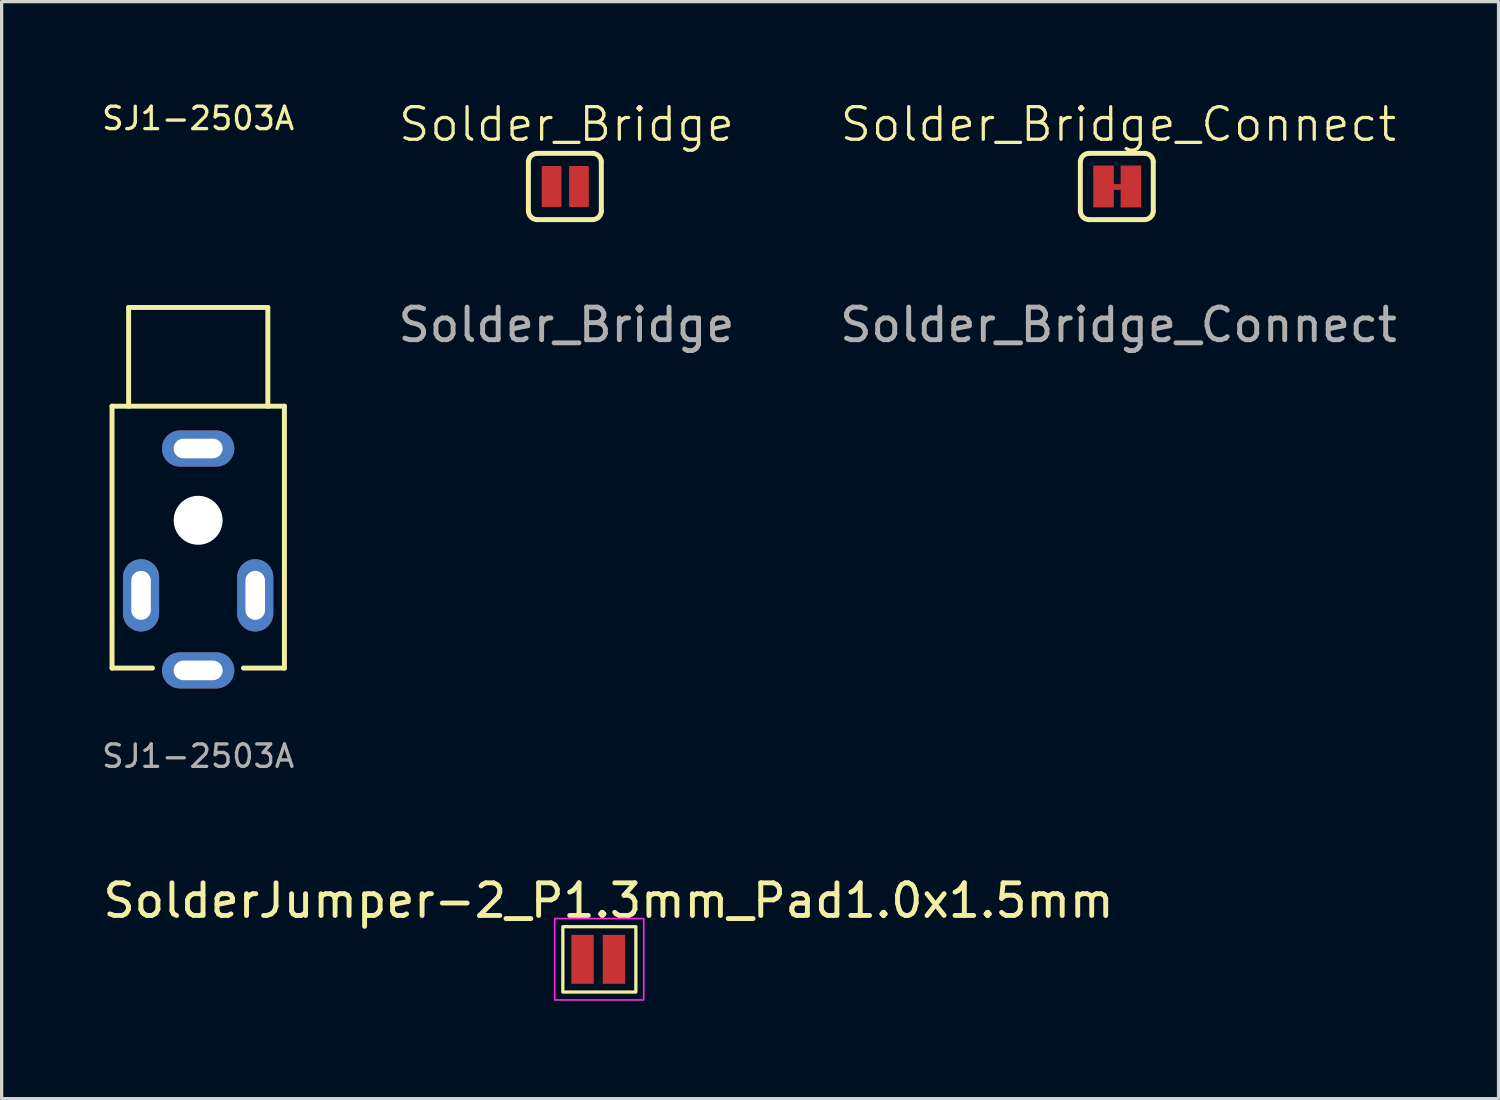
<source format=kicad_pcb>
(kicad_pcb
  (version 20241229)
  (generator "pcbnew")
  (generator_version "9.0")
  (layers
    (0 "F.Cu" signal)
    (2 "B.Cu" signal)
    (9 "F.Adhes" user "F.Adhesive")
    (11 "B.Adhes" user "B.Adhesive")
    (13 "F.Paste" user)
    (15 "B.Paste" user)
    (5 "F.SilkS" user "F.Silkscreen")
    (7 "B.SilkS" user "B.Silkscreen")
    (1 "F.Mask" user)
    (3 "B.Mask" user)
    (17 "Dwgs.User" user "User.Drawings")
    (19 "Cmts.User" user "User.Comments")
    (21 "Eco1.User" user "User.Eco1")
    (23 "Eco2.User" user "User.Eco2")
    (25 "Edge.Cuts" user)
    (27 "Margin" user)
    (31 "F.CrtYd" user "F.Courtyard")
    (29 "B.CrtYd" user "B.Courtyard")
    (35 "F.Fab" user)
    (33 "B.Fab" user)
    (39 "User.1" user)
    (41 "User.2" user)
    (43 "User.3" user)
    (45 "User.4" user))
  (footprint "SolderJumper-2_P1.3mm_Pad1.0x1.5mm"
    (layer "F.Cu")
    (at 15.601 26.353)
    (property "Reference" "SolderJumper-2_P1.3mm_Pad1.0x1.5mm" (at 0 -1.8 0) (layer "F.SilkS") (effects (font (size 1 1) (thickness 0.15))))
    (attr exclude_from_pos_files exclude_from_bom allow_soldermask_bridges)
    (fp_rect (start -0.454 -0.75) (end -0.178 0.75) (stroke (width 0) (type solid)) (fill yes) (layer "F.Mask"))
    (fp_rect (start -1.4 -1) (end 0.838 1.003) (stroke (width 0.1) (type default)) (fill no) (layer "F.SilkS"))
    (fp_rect (start -1.65 -1.25) (end 1.079 1.245) (stroke (width 0.05) (type default)) (fill no) (layer "F.CrtYd"))
    (pad "1" smd rect (at -0.797 0) (size 0.686 1.5) (layers "F.Cu" "F.Mask"))
    (pad "2" smd rect (at 0.165 0) (size 0.686 1.5) (layers "F.Cu" "F.Mask")))
  (footprint "SJ1-2503A"
    (layer "F.Cu")
    (at 3.023 10.676)
    (property "Reference" "SJ1-2503A" (at 0 -10.097 0) (unlocked yes) (layer "F.SilkS") (effects (font (size 0.686 0.686) (thickness 0.102))))
    (attr smd)
    (fp_line (start -2.639 -1.276) (end -2.639 6.75) (stroke (width 0.152) (type solid)) (layer "F.SilkS"))
    (fp_line (start -2.639 6.75) (end -1.4 6.75) (stroke (width 0.152) (type solid)) (layer "F.SilkS"))
    (fp_line (start -2.132 -4.302) (end 2.135 -4.302) (stroke (width 0.152) (type solid)) (layer "F.SilkS"))
    (fp_line (start -2.131 -1.276) (end -2.131 -4.299) (stroke (width 0.152) (type solid)) (layer "F.SilkS"))
    (fp_line (start 2.136 -4.299) (end 2.136 -1.276) (stroke (width 0.152) (type solid)) (layer "F.SilkS"))
    (fp_line (start 2.644 -1.276) (end -2.639 -1.276) (stroke (width 0.152) (type solid)) (layer "F.SilkS"))
    (fp_line (start 2.644 6.75) (end 1.389 6.75) (stroke (width 0.152) (type solid)) (layer "F.SilkS"))
    (fp_line (start 2.644 6.75) (end 2.644 -1.276) (stroke (width 0.152) (type solid)) (layer "F.SilkS"))
    (fp_text user "${REFERENCE}" (at 0 9.449 0) (unlocked yes) (layer "F.Fab") (effects (font (size 0.686 0.686) (thickness 0.102))))
    (pad "" np_thru_hole circle (at 0 2.221 180) (size 1.5 1.5) (drill 1.5) (layers "*.Cu" "*.Mask"))
    (pad "1" thru_hole oval (at 0 0.021 180) (size 2.216 1.108) (drill oval 1.5 0.6) (layers "*.Cu" "*.Mask"))
    (pad "2" thru_hole oval (at -1.75 4.521 180) (size 1.108 2.216) (drill oval 0.6 1.5) (layers "*.Cu" "*.Mask"))
    (pad "3" thru_hole oval (at 1.75 4.521 180) (size 1.108 2.216) (drill oval 0.6 1.5) (layers "*.Cu" "*.Mask"))
    (pad "4" thru_hole oval (at 0 6.821 180) (size 2.216 1.108) (drill oval 1.5 0.6) (layers "*.Cu" "*.Mask")))
  (footprint "Solder_Bridge"
    (layer "F.Cu")
    (at 14.288 2.691)
    (property "Reference" "Solder_Bridge" (at 0.025 -1.93 0) (unlocked yes) (layer "F.SilkS") (effects (font (size 1 1) (thickness 0.1))))
    (attr smd)
    (fp_line (start -1.143 -0.787) (end -1.143 0.737) (stroke (width 0.152) (type solid)) (layer "F.SilkS"))
    (fp_line (start -0.889 0.991) (end 0.838 0.991) (stroke (width 0.152) (type solid)) (layer "F.SilkS"))
    (fp_line (start 0.838 -1.041) (end -0.889 -1.041) (stroke (width 0.152) (type solid)) (layer "F.SilkS"))
    (fp_line (start 1.092 0.737) (end 1.092 -0.787) (stroke (width 0.152) (type solid)) (layer "F.SilkS"))
    (fp_arc (start -1.143 -0.7874) (mid -1.063161 -0.961561) (end -0.889 -1.0414) (stroke (width 0.1524) (type solid)) (layer "F.SilkS"))
    (fp_arc (start -0.889 0.9906) (mid -1.063161 0.910761) (end -1.143 0.7366) (stroke (width 0.1524) (type solid)) (layer "F.SilkS"))
    (fp_arc (start 0.8382 -1.0414) (mid 1.012361 -0.961561) (end 1.0922 -0.7874) (stroke (width 0.1524) (type solid)) (layer "F.SilkS"))
    (fp_arc (start 1.0922 0.7366) (mid 1.012361 0.910761) (end 0.8382 0.9906) (stroke (width 0.1524) (type solid)) (layer "F.SilkS"))
    (fp_text user "${REFERENCE}" (at 0.025 4.216 0) (unlocked yes) (layer "F.Fab") (effects (font (size 1 1) (thickness 0.15))))
    (pad "1" smd roundrect (at -0.432 -0.025) (size 0.604 1.258) (layers "F.Cu" "F.Mask" "F.Paste") (roundrect_rratio 0.05))
    (pad "2" smd roundrect (at 0.406 -0.025) (size 0.604 1.258) (layers "F.Cu" "F.Mask" "F.Paste") (roundrect_rratio 0.05)))
  (footprint "Solder_Bridge_Connect"
    (layer "F.Cu")
    (at 31.205 2.691)
    (property "Reference" "Solder_Bridge_Connect" (at 0.025 -1.93 0) (unlocked yes) (layer "F.SilkS") (effects (font (size 1 1) (thickness 0.1))))
    (attr smd)
    (fp_rect (start -0.127 -0.089) (end 0.102 0.064) (stroke (width 0.025) (type solid)) (fill yes) (layer "F.Cu"))
    (fp_rect (start -0.117 -0.654) (end 0.091 0.604) (stroke (width 0.025) (type solid)) (fill yes) (layer "F.Mask"))
    (fp_line (start -1.143 -0.787) (end -1.143 0.737) (stroke (width 0.152) (type solid)) (layer "F.SilkS"))
    (fp_line (start -0.889 0.991) (end 0.838 0.991) (stroke (width 0.152) (type solid)) (layer "F.SilkS"))
    (fp_line (start 0.838 -1.041) (end -0.889 -1.041) (stroke (width 0.152) (type solid)) (layer "F.SilkS"))
    (fp_line (start 1.092 0.737) (end 1.092 -0.787) (stroke (width 0.152) (type solid)) (layer "F.SilkS"))
    (fp_arc (start -1.143 -0.7874) (mid -1.063161 -0.961561) (end -0.889 -1.0414) (stroke (width 0.1524) (type solid)) (layer "F.SilkS"))
    (fp_arc (start -0.889 0.9906) (mid -1.063161 0.910761) (end -1.143 0.7366) (stroke (width 0.1524) (type solid)) (layer "F.SilkS"))
    (fp_arc (start 0.8382 -1.0414) (mid 1.012361 -0.961561) (end 1.0922 -0.7874) (stroke (width 0.1524) (type solid)) (layer "F.SilkS"))
    (fp_arc (start 1.0922 0.7366) (mid 1.012361 0.910761) (end 0.8382 0.9906) (stroke (width 0.1524) (type solid)) (layer "F.SilkS"))
    (fp_text user "${REFERENCE}" (at 0.025 4.216 0) (unlocked yes) (layer "F.Fab") (effects (font (size 1 1) (thickness 0.15))))
    (pad "1" smd rect (at -0.432 -0.025) (size 0.63 1.283) (layers "F.Cu" "F.Mask" "F.Paste"))
    (pad "2" smd rect (at 0.406 -0.025) (size 0.63 1.283) (layers "F.Cu" "F.Mask" "F.Paste")))
  (gr_rect
    (start -3 -3)
    (end 42.879 30.622)
    (stroke (width 0.1) (type default))
    (fill no)
    (layer "Edge.Cuts")))
</source>
